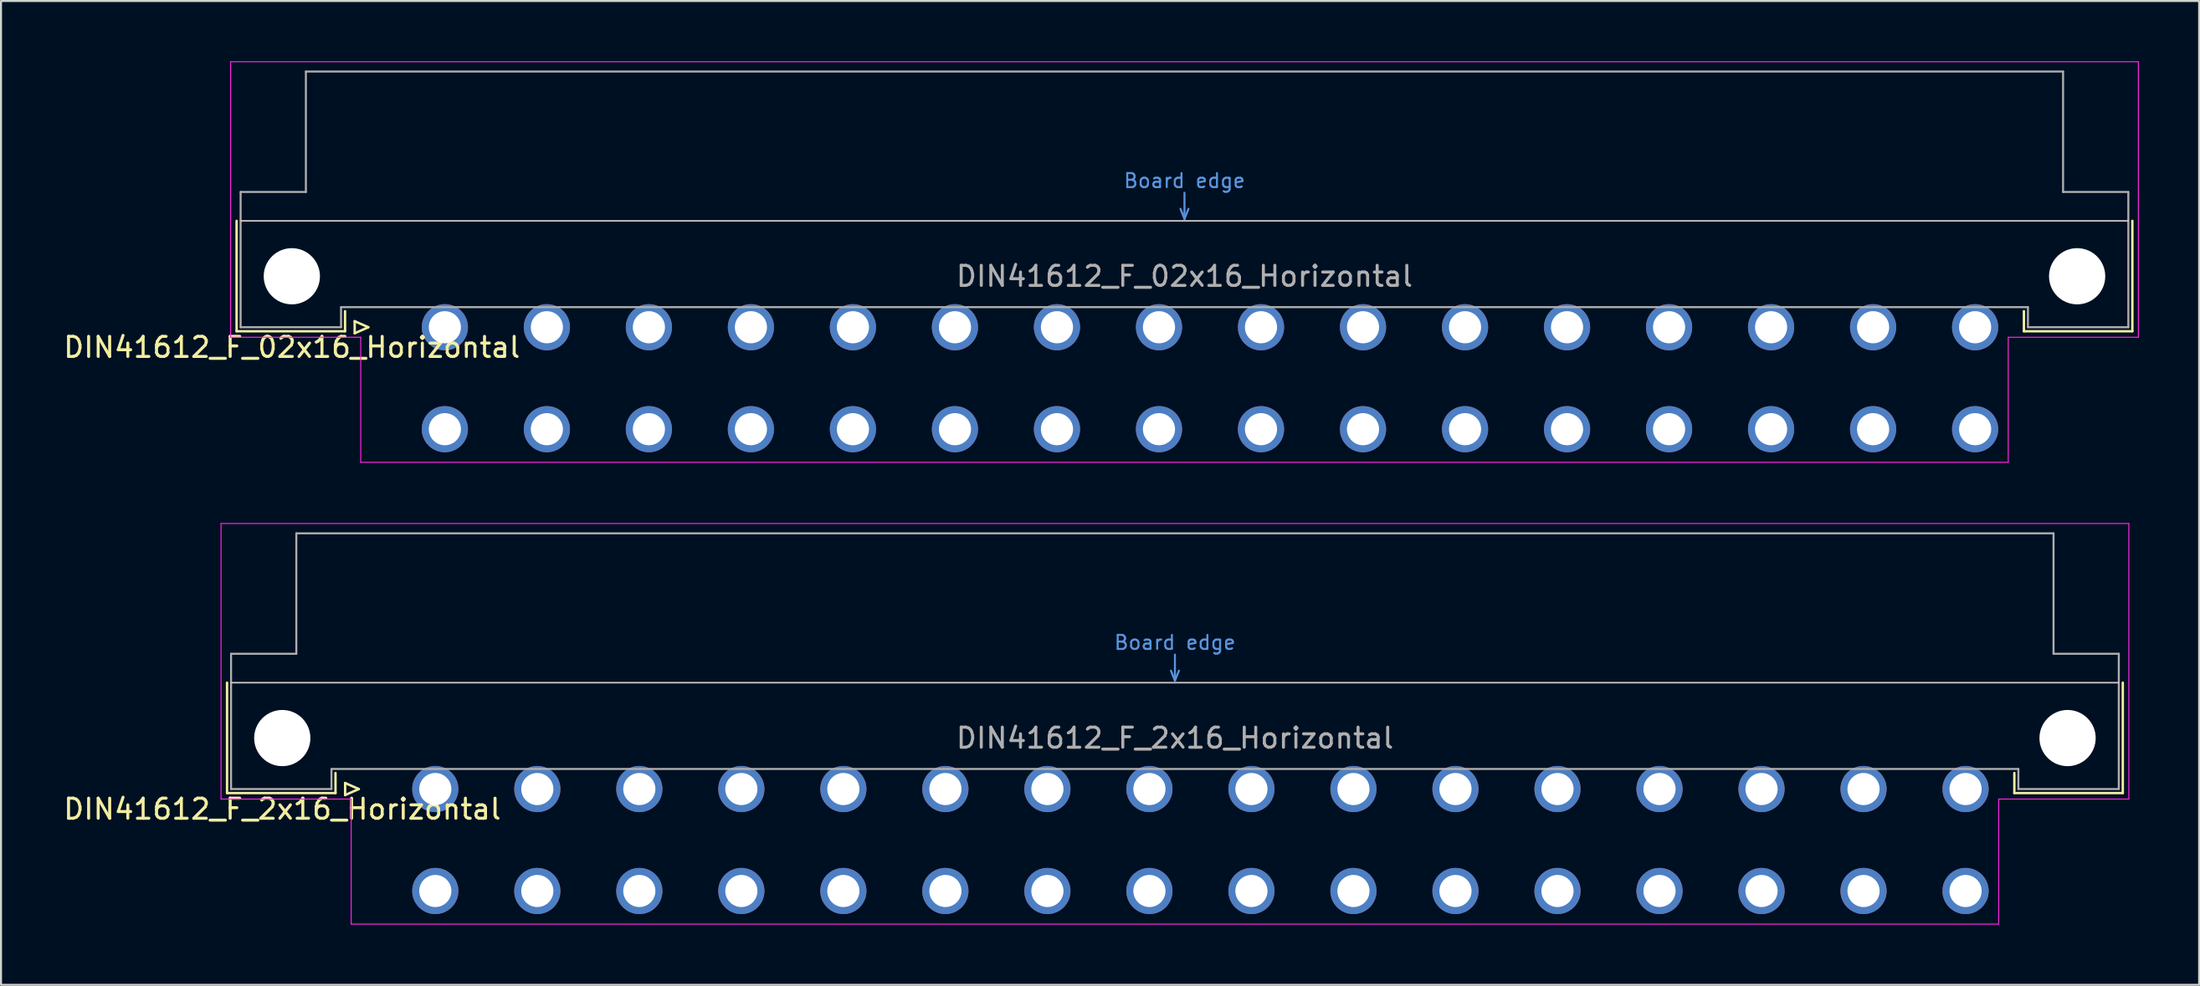
<source format=kicad_pcb>
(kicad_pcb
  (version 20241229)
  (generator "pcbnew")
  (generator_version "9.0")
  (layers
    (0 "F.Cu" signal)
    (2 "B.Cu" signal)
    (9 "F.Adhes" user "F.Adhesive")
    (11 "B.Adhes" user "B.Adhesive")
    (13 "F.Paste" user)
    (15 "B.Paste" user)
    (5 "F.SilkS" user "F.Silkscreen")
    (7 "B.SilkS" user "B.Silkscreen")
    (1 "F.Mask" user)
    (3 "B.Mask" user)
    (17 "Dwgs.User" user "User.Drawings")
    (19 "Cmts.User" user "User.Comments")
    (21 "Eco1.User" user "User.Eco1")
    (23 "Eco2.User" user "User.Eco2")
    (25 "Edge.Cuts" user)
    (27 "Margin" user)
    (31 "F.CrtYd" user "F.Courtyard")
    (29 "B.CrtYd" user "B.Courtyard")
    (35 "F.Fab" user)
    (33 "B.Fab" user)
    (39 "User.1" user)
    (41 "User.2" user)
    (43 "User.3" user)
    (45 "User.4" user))
  (footprint "DIN41612_F_02x16_Horizontal"
    (layer "F.Cu")
    (at 16.562 13.255)
    (property "Reference" "DIN41612_F_02x16_Horizontal" (at -5.08 1 0) (layer "F.SilkS") (effects (font (size 1 1) (thickness 0.15))))
    (attr through_hole)
    (fp_line (start -7.83 -5.3) (end -7.83 0.2) (stroke (width 0.12) (type solid)) (layer "F.SilkS"))
    (fp_line (start -7.83 0.2) (end -2.43 0.2) (stroke (width 0.12) (type solid)) (layer "F.SilkS"))
    (fp_line (start -2.43 0.2) (end -2.43 -0.8) (stroke (width 0.12) (type solid)) (layer "F.SilkS"))
    (fp_line (start -1.95 -0.3) (end -1.95 0.3) (stroke (width 0.12) (type solid)) (layer "F.SilkS"))
    (fp_line (start -1.95 0.3) (end -1.27 0) (stroke (width 0.12) (type solid)) (layer "F.SilkS"))
    (fp_line (start -1.27 0) (end -1.95 -0.3) (stroke (width 0.12) (type solid)) (layer "F.SilkS"))
    (fp_line (start 81.17 0.2) (end 81.17 -0.8) (stroke (width 0.12) (type solid)) (layer "F.SilkS"))
    (fp_line (start 86.57 -5.3) (end 86.57 0.2) (stroke (width 0.12) (type solid)) (layer "F.SilkS"))
    (fp_line (start 86.57 0.2) (end 81.17 0.2) (stroke (width 0.12) (type solid)) (layer "F.SilkS"))
    (fp_line (start -7.63 -5.3) (end 86.37 -5.3) (stroke (width 0.08) (type solid)) (layer "Dwgs.User"))
    (fp_line (start 39.17 -5.9) (end 39.37 -5.4) (stroke (width 0.1) (type solid)) (layer "Cmts.User"))
    (fp_line (start 39.37 -5.4) (end 39.37 -6.7) (stroke (width 0.1) (type solid)) (layer "Cmts.User"))
    (fp_line (start 39.37 -5.4) (end 39.57 -5.9) (stroke (width 0.1) (type solid)) (layer "Cmts.User"))
    (fp_line (start -8.13 -13.23) (end -8.13 0.5) (stroke (width 0.05) (type solid)) (layer "F.CrtYd"))
    (fp_line (start -8.13 0.5) (end -1.65 0.5) (stroke (width 0.05) (type solid)) (layer "F.CrtYd"))
    (fp_line (start -1.65 0.5) (end -1.65 6.73) (stroke (width 0.05) (type solid)) (layer "F.CrtYd"))
    (fp_line (start -1.65 6.73) (end 80.39 6.73) (stroke (width 0.05) (type solid)) (layer "F.CrtYd"))
    (fp_line (start 80.39 0.5) (end 86.87 0.5) (stroke (width 0.05) (type solid)) (layer "F.CrtYd"))
    (fp_line (start 80.39 6.73) (end 80.39 0.5) (stroke (width 0.05) (type solid)) (layer "F.CrtYd"))
    (fp_line (start 86.87 -13.23) (end -8.13 -13.23) (stroke (width 0.05) (type solid)) (layer "F.CrtYd"))
    (fp_line (start 86.87 0.5) (end 86.87 -13.23) (stroke (width 0.05) (type solid)) (layer "F.CrtYd"))
    (fp_line (start -7.63 -6.74) (end -7.63 0) (stroke (width 0.1) (type solid)) (layer "F.Fab"))
    (fp_line (start -7.63 0) (end -2.63 0) (stroke (width 0.1) (type solid)) (layer "F.Fab"))
    (fp_line (start -4.38 -12.74) (end -4.38 -6.74) (stroke (width 0.1) (type solid)) (layer "F.Fab"))
    (fp_line (start -4.38 -6.74) (end -7.63 -6.74) (stroke (width 0.1) (type solid)) (layer "F.Fab"))
    (fp_line (start -2.63 -1) (end 81.37 -1) (stroke (width 0.1) (type solid)) (layer "F.Fab"))
    (fp_line (start -2.63 0) (end -2.63 -1) (stroke (width 0.1) (type solid)) (layer "F.Fab"))
    (fp_line (start 81.37 -1) (end 81.37 0) (stroke (width 0.1) (type solid)) (layer "F.Fab"))
    (fp_line (start 81.37 0) (end 86.37 0) (stroke (width 0.1) (type solid)) (layer "F.Fab"))
    (fp_line (start 83.12 -12.74) (end -4.38 -12.74) (stroke (width 0.1) (type solid)) (layer "F.Fab"))
    (fp_line (start 83.12 -6.74) (end 83.12 -12.74) (stroke (width 0.1) (type solid)) (layer "F.Fab"))
    (fp_line (start 86.37 -6.74) (end 83.12 -6.74) (stroke (width 0.1) (type solid)) (layer "F.Fab"))
    (fp_line (start 86.37 0) (end 86.37 -6.74) (stroke (width 0.1) (type solid)) (layer "F.Fab"))
    (fp_text user "Board edge" (at 39.37 -7.3 0) (layer "Cmts.User") (effects (font (size 0.7 0.7) (thickness 0.1))))
    (fp_text user "${REFERENCE}" (at 39.37 -2.54 0) (layer "F.Fab") (effects (font (size 1 1) (thickness 0.15))))
    (pad "" np_thru_hole circle (at -5.08 -2.54) (size 2.8 2.8) (drill 2.8) (layers "*.Cu" "*.Mask"))
    (pad "" np_thru_hole circle (at 83.82 -2.54) (size 2.8 2.8) (drill 2.8) (layers "*.Cu" "*.Mask"))
    (pad "d2" thru_hole circle (at 2.54 5.08) (size 2.3 2.3) (drill 1.6) (layers "*.Cu" "*.Mask"))
    (pad "d4" thru_hole circle (at 7.62 5.08) (size 2.3 2.3) (drill 1.6) (layers "*.Cu" "*.Mask"))
    (pad "d6" thru_hole circle (at 12.7 5.08) (size 2.3 2.3) (drill 1.6) (layers "*.Cu" "*.Mask"))
    (pad "d8" thru_hole circle (at 17.78 5.08) (size 2.3 2.3) (drill 1.6) (layers "*.Cu" "*.Mask"))
    (pad "d10" thru_hole circle (at 22.86 5.08) (size 2.3 2.3) (drill 1.6) (layers "*.Cu" "*.Mask"))
    (pad "d12" thru_hole circle (at 27.94 5.08) (size 2.3 2.3) (drill 1.6) (layers "*.Cu" "*.Mask"))
    (pad "d14" thru_hole circle (at 33.02 5.08) (size 2.3 2.3) (drill 1.6) (layers "*.Cu" "*.Mask"))
    (pad "d16" thru_hole circle (at 38.1 5.08) (size 2.3 2.3) (drill 1.6) (layers "*.Cu" "*.Mask"))
    (pad "d18" thru_hole circle (at 43.18 5.08) (size 2.3 2.3) (drill 1.6) (layers "*.Cu" "*.Mask"))
    (pad "d20" thru_hole circle (at 48.26 5.08) (size 2.3 2.3) (drill 1.6) (layers "*.Cu" "*.Mask"))
    (pad "d22" thru_hole circle (at 53.34 5.08) (size 2.3 2.3) (drill 1.6) (layers "*.Cu" "*.Mask"))
    (pad "d24" thru_hole circle (at 58.42 5.08) (size 2.3 2.3) (drill 1.6) (layers "*.Cu" "*.Mask"))
    (pad "d26" thru_hole circle (at 63.5 5.08) (size 2.3 2.3) (drill 1.6) (layers "*.Cu" "*.Mask"))
    (pad "d28" thru_hole circle (at 68.58 5.08) (size 2.3 2.3) (drill 1.6) (layers "*.Cu" "*.Mask"))
    (pad "d30" thru_hole circle (at 73.66 5.08) (size 2.3 2.3) (drill 1.6) (layers "*.Cu" "*.Mask"))
    (pad "d32" thru_hole circle (at 78.74 5.08) (size 2.3 2.3) (drill 1.6) (layers "*.Cu" "*.Mask"))
    (pad "z2" thru_hole circle (at 2.54 0) (size 2.3 2.3) (drill 1.6) (layers "*.Cu" "*.Mask"))
    (pad "z4" thru_hole circle (at 7.62 0) (size 2.3 2.3) (drill 1.6) (layers "*.Cu" "*.Mask"))
    (pad "z6" thru_hole circle (at 12.7 0) (size 2.3 2.3) (drill 1.6) (layers "*.Cu" "*.Mask"))
    (pad "z8" thru_hole circle (at 17.78 0) (size 2.3 2.3) (drill 1.6) (layers "*.Cu" "*.Mask"))
    (pad "z10" thru_hole circle (at 22.86 0) (size 2.3 2.3) (drill 1.6) (layers "*.Cu" "*.Mask"))
    (pad "z12" thru_hole circle (at 27.94 0) (size 2.3 2.3) (drill 1.6) (layers "*.Cu" "*.Mask"))
    (pad "z14" thru_hole circle (at 33.02 0) (size 2.3 2.3) (drill 1.6) (layers "*.Cu" "*.Mask"))
    (pad "z16" thru_hole circle (at 38.1 0) (size 2.3 2.3) (drill 1.6) (layers "*.Cu" "*.Mask"))
    (pad "z18" thru_hole circle (at 43.18 0) (size 2.3 2.3) (drill 1.6) (layers "*.Cu" "*.Mask"))
    (pad "z20" thru_hole circle (at 48.26 0) (size 2.3 2.3) (drill 1.6) (layers "*.Cu" "*.Mask"))
    (pad "z22" thru_hole circle (at 53.34 0) (size 2.3 2.3) (drill 1.6) (layers "*.Cu" "*.Mask"))
    (pad "z24" thru_hole circle (at 58.42 0) (size 2.3 2.3) (drill 1.6) (layers "*.Cu" "*.Mask"))
    (pad "z26" thru_hole circle (at 63.5 0) (size 2.3 2.3) (drill 1.6) (layers "*.Cu" "*.Mask"))
    (pad "z28" thru_hole circle (at 68.58 0) (size 2.3 2.3) (drill 1.6) (layers "*.Cu" "*.Mask"))
    (pad "z30" thru_hole circle (at 73.66 0) (size 2.3 2.3) (drill 1.6) (layers "*.Cu" "*.Mask"))
    (pad "z32" thru_hole circle (at 78.74 0) (size 2.3 2.3) (drill 1.6) (layers "*.Cu" "*.Mask")))
  (footprint "DIN41612_F_2x16_Horizontal"
    (layer "F.Cu")
    (at 16.086 36.265)
    (property "Reference" "DIN41612_F_2x16_Horizontal" (at -5.08 1 0) (layer "F.SilkS") (effects (font (size 1 1) (thickness 0.15))))
    (attr through_hole)
    (fp_line (start -7.83 -5.3) (end -7.83 0.2) (stroke (width 0.12) (type solid)) (layer "F.SilkS"))
    (fp_line (start -7.83 0.2) (end -2.43 0.2) (stroke (width 0.12) (type solid)) (layer "F.SilkS"))
    (fp_line (start -2.43 0.2) (end -2.43 -0.8) (stroke (width 0.12) (type solid)) (layer "F.SilkS"))
    (fp_line (start -1.95 -0.3) (end -1.95 0.3) (stroke (width 0.12) (type solid)) (layer "F.SilkS"))
    (fp_line (start -1.95 0.3) (end -1.27 0) (stroke (width 0.12) (type solid)) (layer "F.SilkS"))
    (fp_line (start -1.27 0) (end -1.95 -0.3) (stroke (width 0.12) (type solid)) (layer "F.SilkS"))
    (fp_line (start 81.17 0.2) (end 81.17 -0.8) (stroke (width 0.12) (type solid)) (layer "F.SilkS"))
    (fp_line (start 86.57 -5.3) (end 86.57 0.2) (stroke (width 0.12) (type solid)) (layer "F.SilkS"))
    (fp_line (start 86.57 0.2) (end 81.17 0.2) (stroke (width 0.12) (type solid)) (layer "F.SilkS"))
    (fp_line (start -7.63 -5.3) (end 86.37 -5.3) (stroke (width 0.08) (type solid)) (layer "Dwgs.User"))
    (fp_line (start 39.17 -5.9) (end 39.37 -5.4) (stroke (width 0.1) (type solid)) (layer "Cmts.User"))
    (fp_line (start 39.37 -5.4) (end 39.37 -6.7) (stroke (width 0.1) (type solid)) (layer "Cmts.User"))
    (fp_line (start 39.37 -5.4) (end 39.57 -5.9) (stroke (width 0.1) (type solid)) (layer "Cmts.User"))
    (fp_line (start -8.13 -13.23) (end -8.13 0.5) (stroke (width 0.05) (type solid)) (layer "F.CrtYd"))
    (fp_line (start -8.13 0.5) (end -1.65 0.5) (stroke (width 0.05) (type solid)) (layer "F.CrtYd"))
    (fp_line (start -1.65 0.5) (end -1.65 6.73) (stroke (width 0.05) (type solid)) (layer "F.CrtYd"))
    (fp_line (start -1.65 6.73) (end 80.39 6.73) (stroke (width 0.05) (type solid)) (layer "F.CrtYd"))
    (fp_line (start 80.39 0.5) (end 86.87 0.5) (stroke (width 0.05) (type solid)) (layer "F.CrtYd"))
    (fp_line (start 80.39 6.73) (end 80.39 0.5) (stroke (width 0.05) (type solid)) (layer "F.CrtYd"))
    (fp_line (start 86.87 -13.23) (end -8.13 -13.23) (stroke (width 0.05) (type solid)) (layer "F.CrtYd"))
    (fp_line (start 86.87 0.5) (end 86.87 -13.23) (stroke (width 0.05) (type solid)) (layer "F.CrtYd"))
    (fp_line (start -7.63 -6.74) (end -7.63 0) (stroke (width 0.1) (type solid)) (layer "F.Fab"))
    (fp_line (start -7.63 0) (end -2.63 0) (stroke (width 0.1) (type solid)) (layer "F.Fab"))
    (fp_line (start -4.38 -12.74) (end -4.38 -6.74) (stroke (width 0.1) (type solid)) (layer "F.Fab"))
    (fp_line (start -4.38 -6.74) (end -7.63 -6.74) (stroke (width 0.1) (type solid)) (layer "F.Fab"))
    (fp_line (start -2.63 -1) (end 81.37 -1) (stroke (width 0.1) (type solid)) (layer "F.Fab"))
    (fp_line (start -2.63 0) (end -2.63 -1) (stroke (width 0.1) (type solid)) (layer "F.Fab"))
    (fp_line (start 81.37 -1) (end 81.37 0) (stroke (width 0.1) (type solid)) (layer "F.Fab"))
    (fp_line (start 81.37 0) (end 86.37 0) (stroke (width 0.1) (type solid)) (layer "F.Fab"))
    (fp_line (start 83.12 -12.74) (end -4.38 -12.74) (stroke (width 0.1) (type solid)) (layer "F.Fab"))
    (fp_line (start 83.12 -6.74) (end 83.12 -12.74) (stroke (width 0.1) (type solid)) (layer "F.Fab"))
    (fp_line (start 86.37 -6.74) (end 83.12 -6.74) (stroke (width 0.1) (type solid)) (layer "F.Fab"))
    (fp_line (start 86.37 0) (end 86.37 -6.74) (stroke (width 0.1) (type solid)) (layer "F.Fab"))
    (fp_text user "Board edge" (at 39.37 -7.3 0) (layer "Cmts.User") (effects (font (size 0.7 0.7) (thickness 0.1))))
    (fp_text user "${REFERENCE}" (at 39.37 -2.54 0) (layer "F.Fab") (effects (font (size 1 1) (thickness 0.15))))
    (pad "" np_thru_hole circle (at -5.08 -2.54) (size 2.8 2.8) (drill 2.8) (layers "*.Cu" "*.Mask"))
    (pad "" np_thru_hole circle (at 83.82 -2.54) (size 2.8 2.8) (drill 2.8) (layers "*.Cu" "*.Mask"))
    (pad "d2" thru_hole circle (at 2.54 5.08) (size 2.3 2.3) (drill 1.6) (layers "*.Cu" "*.Mask"))
    (pad "d4" thru_hole circle (at 7.62 5.08) (size 2.3 2.3) (drill 1.6) (layers "*.Cu" "*.Mask"))
    (pad "d6" thru_hole circle (at 12.7 5.08) (size 2.3 2.3) (drill 1.6) (layers "*.Cu" "*.Mask"))
    (pad "d8" thru_hole circle (at 17.78 5.08) (size 2.3 2.3) (drill 1.6) (layers "*.Cu" "*.Mask"))
    (pad "d10" thru_hole circle (at 22.86 5.08) (size 2.3 2.3) (drill 1.6) (layers "*.Cu" "*.Mask"))
    (pad "d12" thru_hole circle (at 27.94 5.08) (size 2.3 2.3) (drill 1.6) (layers "*.Cu" "*.Mask"))
    (pad "d14" thru_hole circle (at 33.02 5.08) (size 2.3 2.3) (drill 1.6) (layers "*.Cu" "*.Mask"))
    (pad "d16" thru_hole circle (at 38.1 5.08) (size 2.3 2.3) (drill 1.6) (layers "*.Cu" "*.Mask"))
    (pad "d18" thru_hole circle (at 43.18 5.08) (size 2.3 2.3) (drill 1.6) (layers "*.Cu" "*.Mask"))
    (pad "d20" thru_hole circle (at 48.26 5.08) (size 2.3 2.3) (drill 1.6) (layers "*.Cu" "*.Mask"))
    (pad "d22" thru_hole circle (at 53.34 5.08) (size 2.3 2.3) (drill 1.6) (layers "*.Cu" "*.Mask"))
    (pad "d24" thru_hole circle (at 58.42 5.08) (size 2.3 2.3) (drill 1.6) (layers "*.Cu" "*.Mask"))
    (pad "d26" thru_hole circle (at 63.5 5.08) (size 2.3 2.3) (drill 1.6) (layers "*.Cu" "*.Mask"))
    (pad "d28" thru_hole circle (at 68.58 5.08) (size 2.3 2.3) (drill 1.6) (layers "*.Cu" "*.Mask"))
    (pad "d30" thru_hole circle (at 73.66 5.08) (size 2.3 2.3) (drill 1.6) (layers "*.Cu" "*.Mask"))
    (pad "d32" thru_hole circle (at 78.74 5.08) (size 2.3 2.3) (drill 1.6) (layers "*.Cu" "*.Mask"))
    (pad "z2" thru_hole circle (at 2.54 0) (size 2.3 2.3) (drill 1.6) (layers "*.Cu" "*.Mask"))
    (pad "z4" thru_hole circle (at 7.62 0) (size 2.3 2.3) (drill 1.6) (layers "*.Cu" "*.Mask"))
    (pad "z6" thru_hole circle (at 12.7 0) (size 2.3 2.3) (drill 1.6) (layers "*.Cu" "*.Mask"))
    (pad "z8" thru_hole circle (at 17.78 0) (size 2.3 2.3) (drill 1.6) (layers "*.Cu" "*.Mask"))
    (pad "z10" thru_hole circle (at 22.86 0) (size 2.3 2.3) (drill 1.6) (layers "*.Cu" "*.Mask"))
    (pad "z12" thru_hole circle (at 27.94 0) (size 2.3 2.3) (drill 1.6) (layers "*.Cu" "*.Mask"))
    (pad "z14" thru_hole circle (at 33.02 0) (size 2.3 2.3) (drill 1.6) (layers "*.Cu" "*.Mask"))
    (pad "z16" thru_hole circle (at 38.1 0) (size 2.3 2.3) (drill 1.6) (layers "*.Cu" "*.Mask"))
    (pad "z18" thru_hole circle (at 43.18 0) (size 2.3 2.3) (drill 1.6) (layers "*.Cu" "*.Mask"))
    (pad "z20" thru_hole circle (at 48.26 0) (size 2.3 2.3) (drill 1.6) (layers "*.Cu" "*.Mask"))
    (pad "z22" thru_hole circle (at 53.34 0) (size 2.3 2.3) (drill 1.6) (layers "*.Cu" "*.Mask"))
    (pad "z24" thru_hole circle (at 58.42 0) (size 2.3 2.3) (drill 1.6) (layers "*.Cu" "*.Mask"))
    (pad "z26" thru_hole circle (at 63.5 0) (size 2.3 2.3) (drill 1.6) (layers "*.Cu" "*.Mask"))
    (pad "z28" thru_hole circle (at 68.58 0) (size 2.3 2.3) (drill 1.6) (layers "*.Cu" "*.Mask"))
    (pad "z30" thru_hole circle (at 73.66 0) (size 2.3 2.3) (drill 1.6) (layers "*.Cu" "*.Mask"))
    (pad "z32" thru_hole circle (at 78.74 0) (size 2.3 2.3) (drill 1.6) (layers "*.Cu" "*.Mask")))
  (gr_rect
    (start -3 -3)
    (end 106.457 46.02)
    (stroke (width 0.1) (type default))
    (fill no)
    (layer "Edge.Cuts")))
</source>
